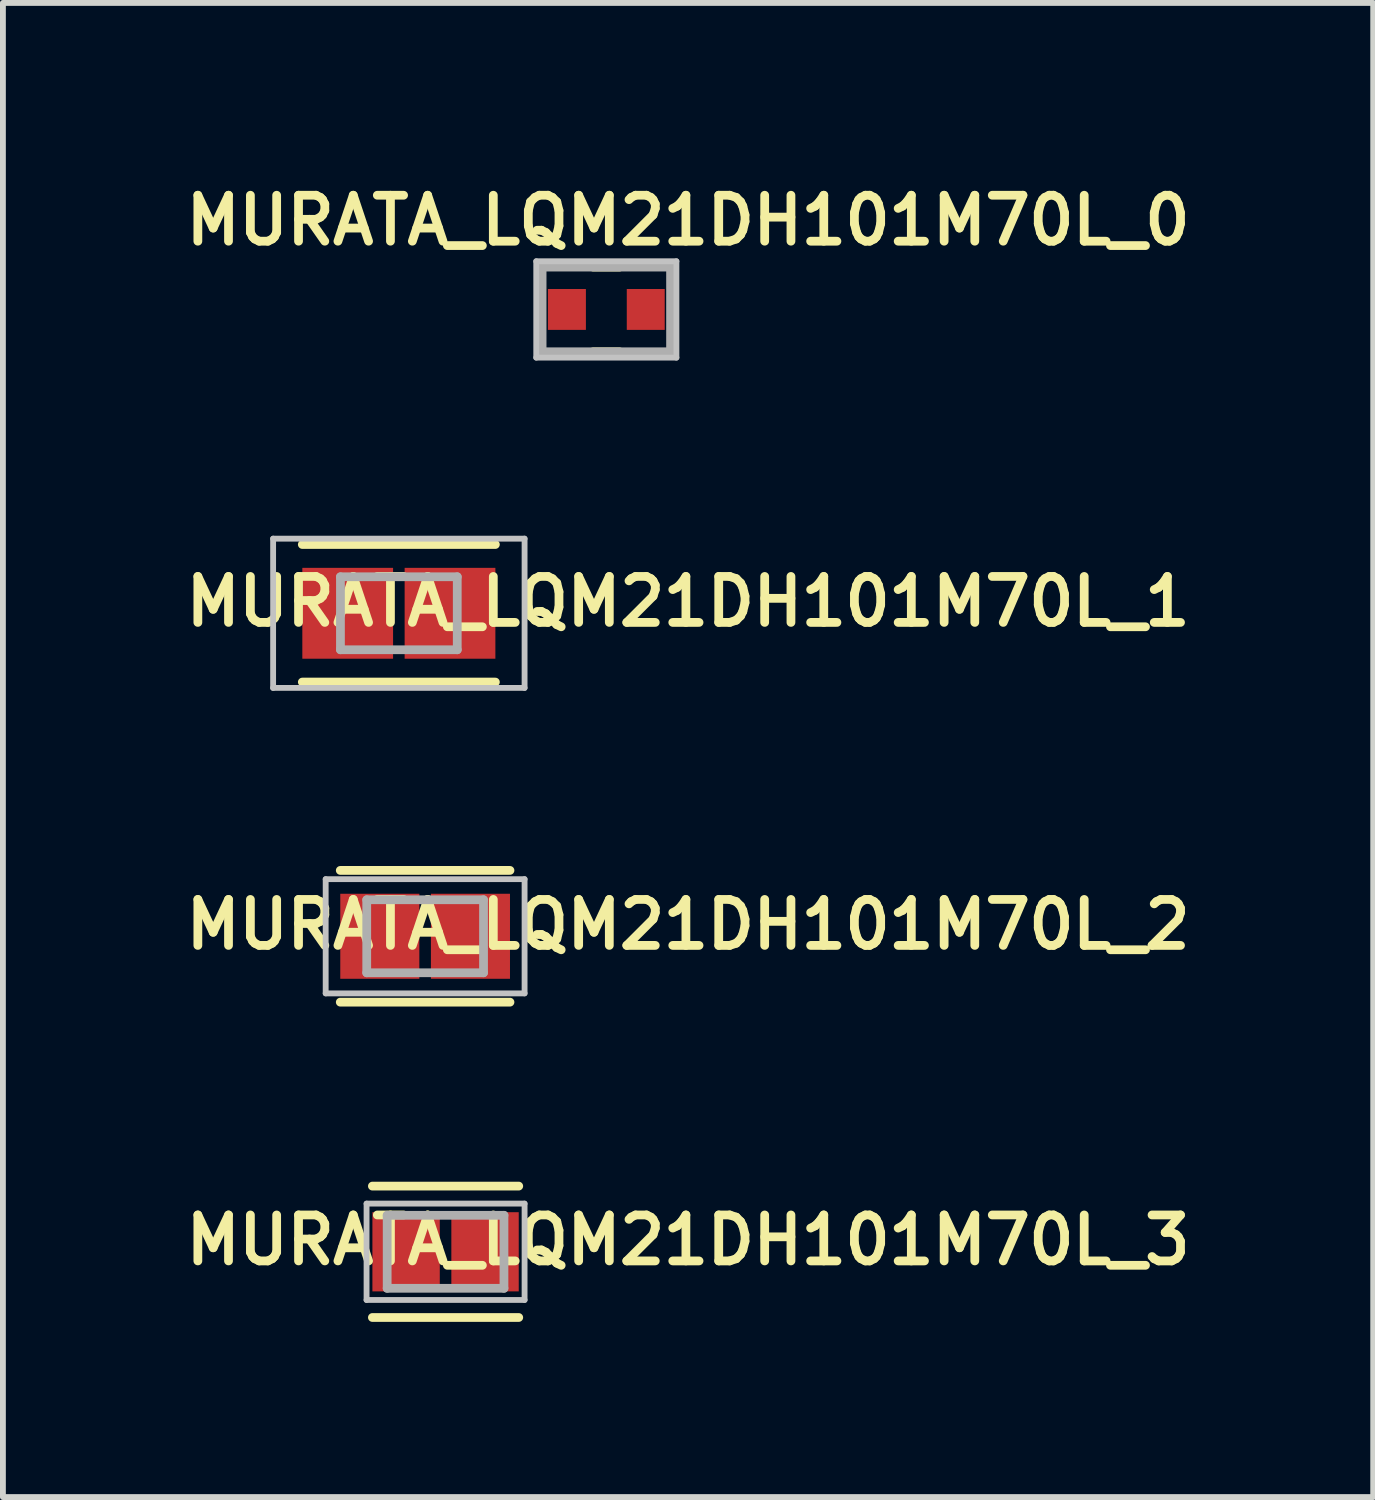
<source format=kicad_pcb>
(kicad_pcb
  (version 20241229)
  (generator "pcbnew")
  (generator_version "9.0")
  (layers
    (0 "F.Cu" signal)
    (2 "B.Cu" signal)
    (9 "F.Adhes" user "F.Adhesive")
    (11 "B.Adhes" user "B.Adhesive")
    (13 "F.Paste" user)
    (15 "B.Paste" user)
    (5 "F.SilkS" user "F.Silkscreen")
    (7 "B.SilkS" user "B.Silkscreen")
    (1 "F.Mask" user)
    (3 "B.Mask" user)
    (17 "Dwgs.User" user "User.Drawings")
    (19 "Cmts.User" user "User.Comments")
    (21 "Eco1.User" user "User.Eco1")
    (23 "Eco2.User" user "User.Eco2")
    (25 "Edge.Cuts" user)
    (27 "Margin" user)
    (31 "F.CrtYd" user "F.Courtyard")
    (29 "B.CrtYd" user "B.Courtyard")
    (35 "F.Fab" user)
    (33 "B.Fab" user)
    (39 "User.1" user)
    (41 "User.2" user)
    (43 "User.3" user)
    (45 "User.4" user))
  (footprint "MURATA_LQM21DH101M70L_1"
    (layer "F.Cu")
    (at 3.78 7.452)
    (property "Reference" "MURATA_LQM21DH101M70L_1" (at 4.953 -0.2 0) (layer "F.SilkS") (effects (font (size 0.787 0.787) (thickness 0.15))))
    (attr smd)
    (fp_line (start -1.653 -1.178) (end 1.653 -1.178) (stroke (width 0.15) (type solid)) (layer "F.SilkS"))
    (fp_line (start -1.653 1.178) (end 1.653 1.178) (stroke (width 0.15) (type solid)) (layer "F.SilkS"))
    (fp_line (start -2.153 -1.278) (end 2.153 -1.278) (stroke (width 0.1) (type solid)) (layer "Dwgs.User"))
    (fp_line (start -2.153 1.278) (end -2.153 -1.278) (stroke (width 0.1) (type solid)) (layer "Dwgs.User"))
    (fp_line (start 2.153 -1.278) (end 2.153 1.278) (stroke (width 0.1) (type solid)) (layer "Dwgs.User"))
    (fp_line (start 2.153 1.278) (end -2.153 1.278) (stroke (width 0.1) (type solid)) (layer "Dwgs.User"))
    (fp_line (start -1 -0.625) (end 1 -0.625) (stroke (width 0.15) (type solid)) (layer "F.Fab"))
    (fp_line (start -1 0.625) (end -1 -0.625) (stroke (width 0.15) (type solid)) (layer "F.Fab"))
    (fp_line (start 1 -0.625) (end 1 0.625) (stroke (width 0.15) (type solid)) (layer "F.Fab"))
    (fp_line (start 1 0.625) (end -1 0.625) (stroke (width 0.15) (type solid)) (layer "F.Fab"))
    (pad "1" smd rect (at -0.876 0) (size 1.554 1.556) (layers "F.Cu" "F.Mask" "F.Paste"))
    (pad "2" smd rect (at 0.876 0) (size 1.554 1.556) (layers "F.Cu" "F.Mask" "F.Paste")))
  (footprint "MURATA_LQM21DH101M70L_3"
    (layer "F.Cu")
    (at 4.58 18.386)
    (property "Reference" "MURATA_LQM21DH101M70L_3" (at 4.153 -0.2 0) (layer "F.SilkS") (effects (font (size 0.787 0.787) (thickness 0.15))))
    (attr smd)
    (fp_line (start -1.253 -1.125) (end 1.253 -1.125) (stroke (width 0.15) (type solid)) (layer "F.SilkS"))
    (fp_line (start -1.253 1.125) (end 1.253 1.125) (stroke (width 0.15) (type solid)) (layer "F.SilkS"))
    (fp_line (start -1.353 -0.825) (end 1.353 -0.825) (stroke (width 0.1) (type solid)) (layer "Dwgs.User"))
    (fp_line (start -1.353 0.825) (end -1.353 -0.825) (stroke (width 0.1) (type solid)) (layer "Dwgs.User"))
    (fp_line (start 1.353 -0.825) (end 1.353 0.825) (stroke (width 0.1) (type solid)) (layer "Dwgs.User"))
    (fp_line (start 1.353 0.825) (end -1.353 0.825) (stroke (width 0.1) (type solid)) (layer "Dwgs.User"))
    (fp_line (start -1 -0.625) (end 1 -0.625) (stroke (width 0.15) (type solid)) (layer "F.Fab"))
    (fp_line (start -1 0.625) (end -1 -0.625) (stroke (width 0.15) (type solid)) (layer "F.Fab"))
    (fp_line (start 1 -0.625) (end 1 0.625) (stroke (width 0.15) (type solid)) (layer "F.Fab"))
    (fp_line (start 1 0.625) (end -1 0.625) (stroke (width 0.15) (type solid)) (layer "F.Fab"))
    (pad "1" smd rect (at -0.676 0) (size 1.154 1.356) (layers "F.Cu" "F.Mask" "F.Paste"))
    (pad "2" smd rect (at 0.676 0) (size 1.154 1.356) (layers "F.Cu" "F.Mask" "F.Paste")))
  (footprint "MURATA_LQM21DH101M70L_2"
    (layer "F.Cu")
    (at 4.23 12.983)
    (property "Reference" "MURATA_LQM21DH101M70L_2" (at 4.503 -0.2 0) (layer "F.SilkS") (effects (font (size 0.787 0.787) (thickness 0.15))))
    (attr smd)
    (fp_line (start -1.453 -1.128) (end 1.453 -1.128) (stroke (width 0.15) (type solid)) (layer "F.SilkS"))
    (fp_line (start -1.453 1.128) (end 1.453 1.128) (stroke (width 0.15) (type solid)) (layer "F.SilkS"))
    (fp_line (start -1.703 -0.978) (end 1.703 -0.978) (stroke (width 0.1) (type solid)) (layer "Dwgs.User"))
    (fp_line (start -1.703 0.978) (end -1.703 -0.978) (stroke (width 0.1) (type solid)) (layer "Dwgs.User"))
    (fp_line (start 1.703 -0.978) (end 1.703 0.978) (stroke (width 0.1) (type solid)) (layer "Dwgs.User"))
    (fp_line (start 1.703 0.978) (end -1.703 0.978) (stroke (width 0.1) (type solid)) (layer "Dwgs.User"))
    (fp_line (start -1 -0.625) (end 1 -0.625) (stroke (width 0.15) (type solid)) (layer "F.Fab"))
    (fp_line (start -1 0.625) (end -1 -0.625) (stroke (width 0.15) (type solid)) (layer "F.Fab"))
    (fp_line (start 1 -0.625) (end 1 0.625) (stroke (width 0.15) (type solid)) (layer "F.Fab"))
    (fp_line (start 1 0.625) (end -1 0.625) (stroke (width 0.15) (type solid)) (layer "F.Fab"))
    (pad "1" smd rect (at -0.776 0) (size 1.354 1.456) (layers "F.Cu" "F.Mask" "F.Paste"))
    (pad "2" smd rect (at 0.776 0) (size 1.354 1.456) (layers "F.Cu" "F.Mask" "F.Paste")))
  (footprint "MURATA_LQM21DH101M70L_0"
    (layer "F.Cu")
    (at 7.333 2.249)
    (property "Reference" "MURATA_LQM21DH101M70L_0" (at 1.4 -1.525 0) (layer "F.SilkS") (effects (font (size 0.787 0.787) (thickness 0.15))))
    (attr smd)
    (fp_line (start -0.225 -0.725) (end 0.225 -0.725) (stroke (width 0.15) (type solid)) (layer "F.SilkS"))
    (fp_line (start -0.225 0.725) (end 0.225 0.725) (stroke (width 0.15) (type solid)) (layer "F.SilkS"))
    (fp_line (start -1.2 -0.825) (end 1.2 -0.825) (stroke (width 0.1) (type solid)) (layer "Dwgs.User"))
    (fp_line (start -1.2 0.825) (end -1.2 -0.825) (stroke (width 0.1) (type solid)) (layer "Dwgs.User"))
    (fp_line (start 1.2 -0.825) (end 1.2 0.825) (stroke (width 0.1) (type solid)) (layer "Dwgs.User"))
    (fp_line (start 1.2 0.825) (end -1.2 0.825) (stroke (width 0.1) (type solid)) (layer "Dwgs.User"))
    (fp_line (start -1.1 -0.725) (end 1.1 -0.725) (stroke (width 0.15) (type solid)) (layer "F.Fab"))
    (fp_line (start -1.1 0.725) (end -1.1 -0.725) (stroke (width 0.15) (type solid)) (layer "F.Fab"))
    (fp_line (start 1.1 -0.725) (end 1.1 0.725) (stroke (width 0.15) (type solid)) (layer "F.Fab"))
    (fp_line (start 1.1 0.725) (end -1.1 0.725) (stroke (width 0.15) (type solid)) (layer "F.Fab"))
    (pad "1" smd rect (at -0.675 0) (size 0.65 0.7) (layers "F.Cu" "F.Mask" "F.Paste"))
    (pad "2" smd rect (at 0.675 0) (size 0.65 0.7) (layers "F.Cu" "F.Mask" "F.Paste")))
  (gr_rect
    (start -3 -3)
    (end 20.465 22.586)
    (stroke (width 0.1) (type default))
    (fill no)
    (layer "Edge.Cuts")))
</source>
